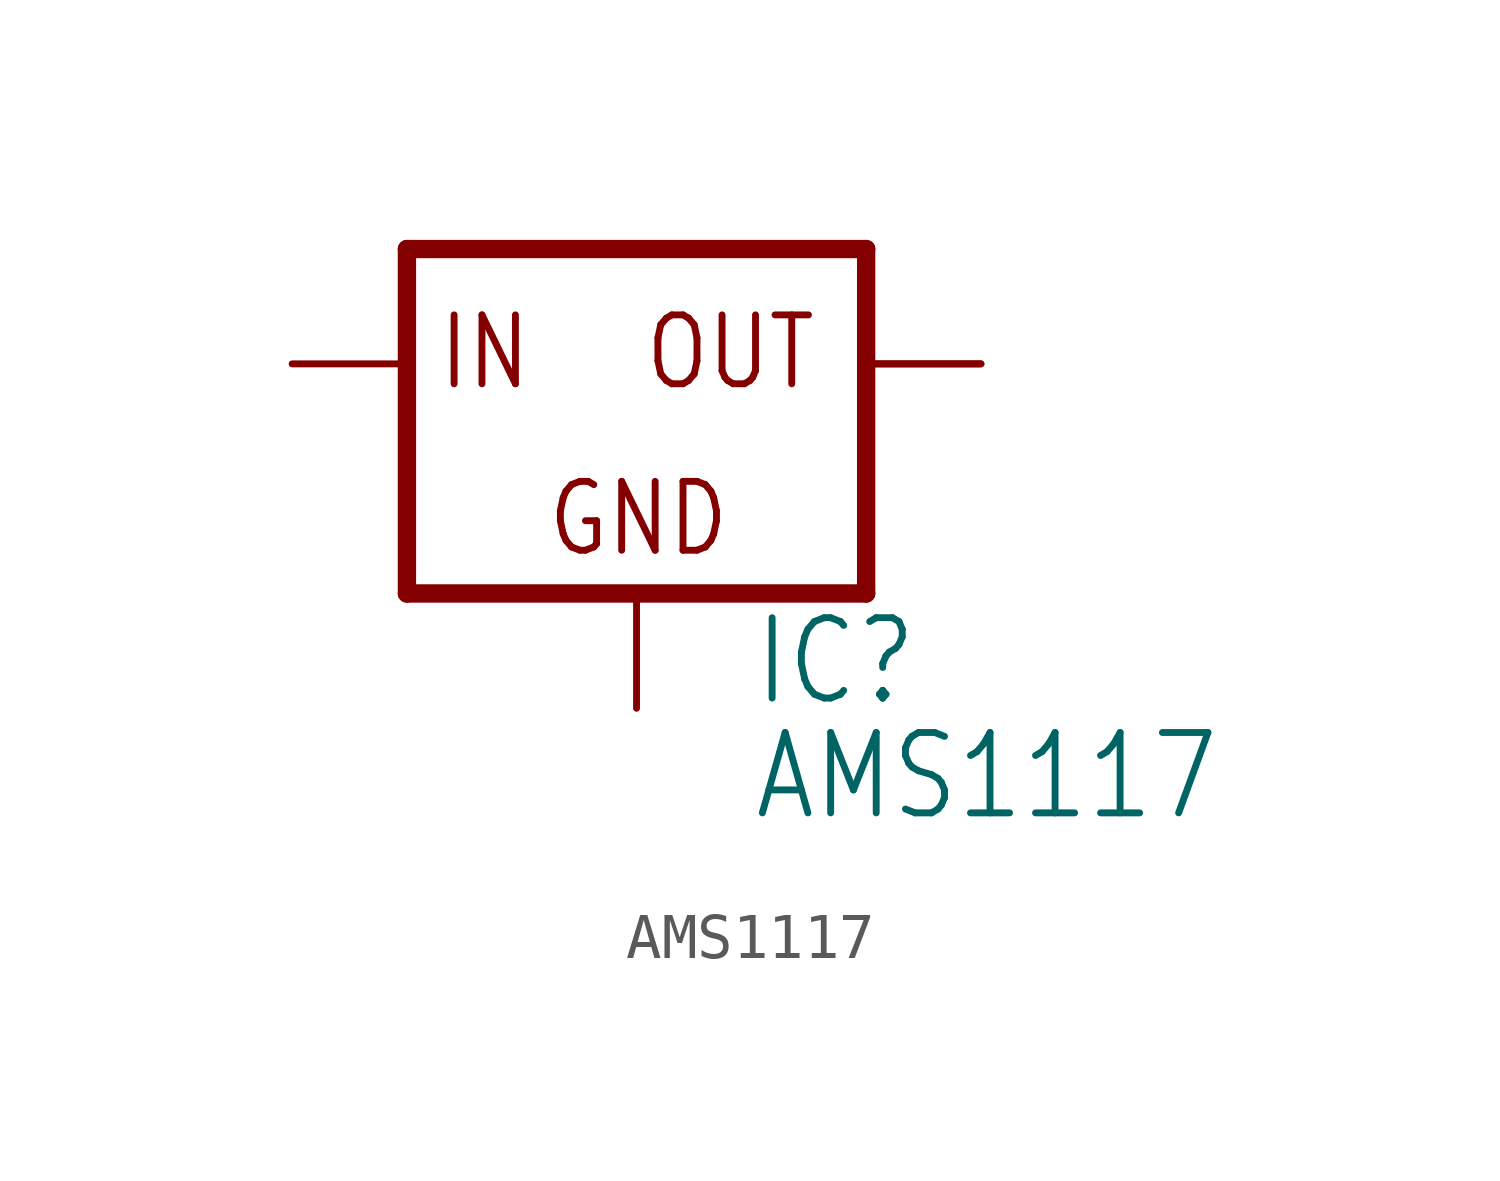
<source format=kicad_sym>
(kicad_symbol_lib
  (version 20211014)
  (generator kicad_symbol_editor)
  (symbol "AMS1117"
    (property "Reference" "IC"
      (at 2.54 -7.62 0)
      (effects (font (size 1.778 1.511)) (justify left bottom)))
    (property "Value" "AMS1117"
      (at 2.54 -10.16 0)
      (effects (font (size 1.778 1.511)) (justify left bottom)))
    (property "ki_locked" ""
      (at 0 0 0)
      (effects (font (size 1.27 1.27))))
    (symbol "AMS1117_1_0"
      (polyline (pts (xy -5.08 -5.08) (xy 5.08 -5.08)) (stroke (width 0.406) (type default) (color 0 0 0 0)) (fill (type none)))
      (polyline (pts (xy -5.08 2.54) (xy -5.08 -5.08)) (stroke (width 0.406) (type default) (color 0 0 0 0)) (fill (type none)))
      (polyline (pts (xy 5.08 -5.08) (xy 5.08 2.54)) (stroke (width 0.406) (type default) (color 0 0 0 0)) (fill (type none)))
      (polyline (pts (xy 5.08 2.54) (xy -5.08 2.54)) (stroke (width 0.406) (type default) (color 0 0 0 0)) (fill (type none)))
      (text "GND" (at -2.032 -4.318 0) (effects (font (size 1.524 1.295)) (justify left bottom)))
      (text "IN" (at -4.445 -0.635 0) (effects (font (size 1.524 1.295)) (justify left bottom)))
      (text "OUT" (at 0.127 -0.635 0) (effects (font (size 1.524 1.295)) (justify left bottom)))
      (pin power_in line (at 0 -7.62 90) (length 2.54) (name "GND" (effects (font (size 0 0)))) (number "1" (effects (font (size 0 0)))))
      (pin passive line (at 7.62 0 180) (length 2.54) (name "OUT" (effects (font (size 0 0)))) (number "2" (effects (font (size 0 0)))))
      (pin power_in line (at -7.62 0 0) (length 2.54) (name "IN" (effects (font (size 0 0)))) (number "3" (effects (font (size 0 0)))))
      (pin passive line (at 7.62 0 180) (length 2.54) (name "OUT" (effects (font (size 0 0)))) (number "4" (effects (font (size 0 0))))))))
</source>
